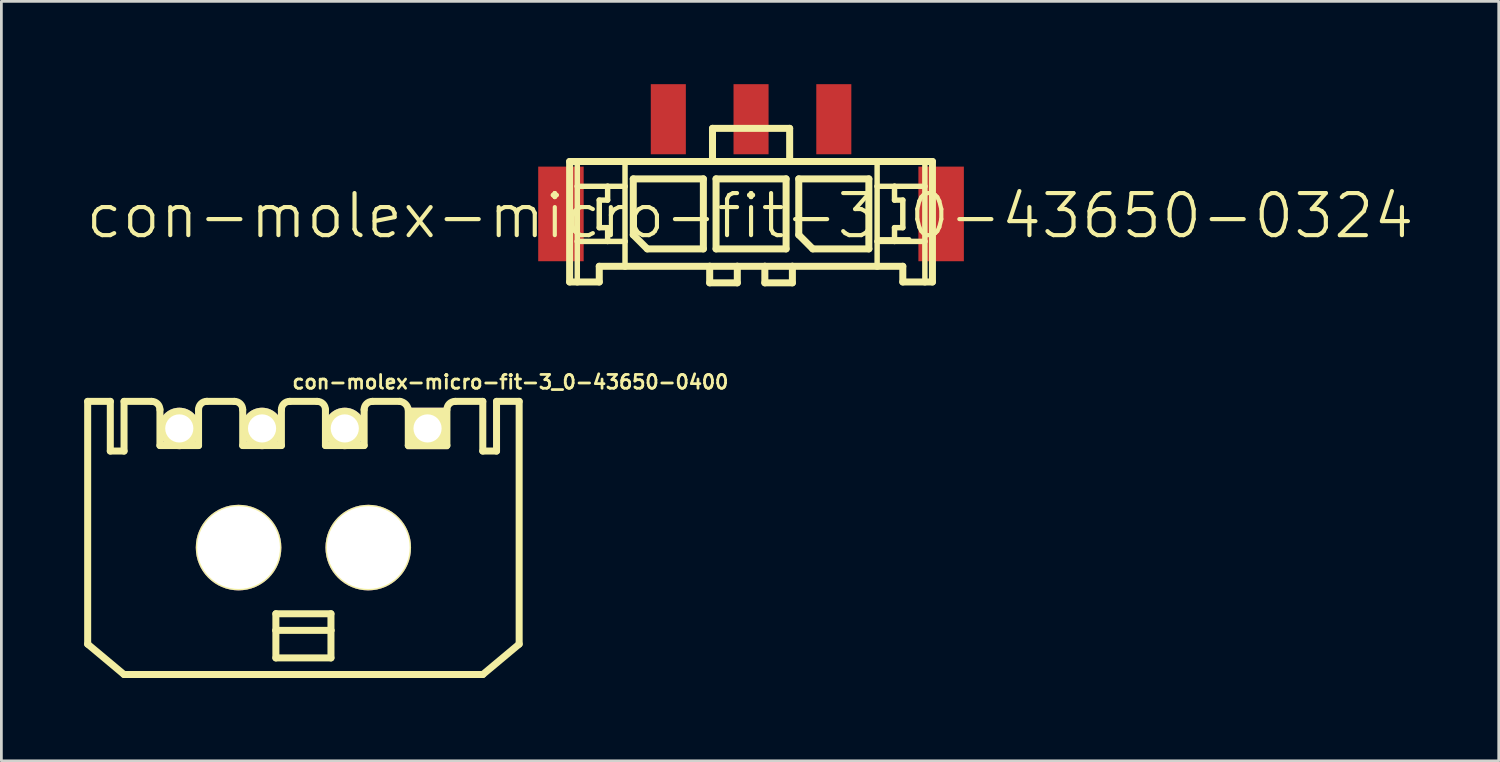
<source format=kicad_pcb>
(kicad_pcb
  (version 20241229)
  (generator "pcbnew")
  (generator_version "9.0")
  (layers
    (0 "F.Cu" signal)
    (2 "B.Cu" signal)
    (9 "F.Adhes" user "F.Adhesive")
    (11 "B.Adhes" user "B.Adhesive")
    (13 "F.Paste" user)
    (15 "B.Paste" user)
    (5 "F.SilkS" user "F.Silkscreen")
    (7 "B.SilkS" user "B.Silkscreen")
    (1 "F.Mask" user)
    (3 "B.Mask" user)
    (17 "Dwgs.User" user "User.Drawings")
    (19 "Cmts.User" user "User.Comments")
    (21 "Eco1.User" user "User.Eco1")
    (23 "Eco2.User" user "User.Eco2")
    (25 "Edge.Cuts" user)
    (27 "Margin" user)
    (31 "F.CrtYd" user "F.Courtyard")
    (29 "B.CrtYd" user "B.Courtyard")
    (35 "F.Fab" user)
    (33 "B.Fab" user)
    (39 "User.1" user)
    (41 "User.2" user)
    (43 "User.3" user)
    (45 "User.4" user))
  (footprint "con-molex-micro-fit-3_0-43650-0400"
    (layer "F.Cu")
    (at 7.945 16.793)
    (property "Reference" "con-molex-micro-fit-3_0-43650-0400" (at 7.5 -6 0) (layer "F.SilkS") (effects (font (size 0.5 0.5) (thickness 0.1))))
    (attr exclude_from_pos_files exclude_from_bom)
    (fp_line (start -7.818 -5.298) (end -6.998 -5.298) (stroke (width 0.254) (type solid)) (layer "F.SilkS"))
    (fp_line (start -7.818 3.498) (end -7.818 -5.298) (stroke (width 0.254) (type solid)) (layer "F.SilkS"))
    (fp_line (start -7.818 3.498) (end -6.5 4.6) (stroke (width 0.254) (type solid)) (layer "F.SilkS"))
    (fp_line (start -6.998 -5.298) (end -6.998 -3.498) (stroke (width 0.254) (type solid)) (layer "F.SilkS"))
    (fp_line (start -6.998 -3.498) (end -6.5 -3.498) (stroke (width 0.254) (type solid)) (layer "F.SilkS"))
    (fp_line (start -6.5 -5.298) (end -5.499 -5.298) (stroke (width 0.254) (type solid)) (layer "F.SilkS"))
    (fp_line (start -6.5 -3.498) (end -6.5 -5.298) (stroke (width 0.254) (type solid)) (layer "F.SilkS"))
    (fp_line (start -5.199 -3.698) (end -5.199 -4.999) (stroke (width 0.254) (type solid)) (layer "F.SilkS"))
    (fp_line (start -5.199 -3.698) (end -3.8 -3.698) (stroke (width 0.254) (type solid)) (layer "F.SilkS"))
    (fp_line (start -3.8 -3.698) (end -3.8 -4.999) (stroke (width 0.254) (type solid)) (layer "F.SilkS"))
    (fp_line (start -3.498 -5.298) (end -2.499 -5.298) (stroke (width 0.254) (type solid)) (layer "F.SilkS"))
    (fp_line (start -2.2 -3.698) (end -2.2 -4.999) (stroke (width 0.254) (type solid)) (layer "F.SilkS"))
    (fp_line (start -2.2 -3.698) (end -0.798 -3.698) (stroke (width 0.254) (type solid)) (layer "F.SilkS"))
    (fp_line (start -0.998 2.398) (end 0.998 2.398) (stroke (width 0.254) (type solid)) (layer "F.SilkS"))
    (fp_line (start -0.998 3) (end -0.998 2.398) (stroke (width 0.254) (type solid)) (layer "F.SilkS"))
    (fp_line (start -0.998 3) (end 0.998 3) (stroke (width 0.254) (type solid)) (layer "F.SilkS"))
    (fp_line (start -0.998 3.998) (end -0.998 3) (stroke (width 0.254) (type solid)) (layer "F.SilkS"))
    (fp_line (start -0.798 -3.698) (end -0.798 -4.999) (stroke (width 0.254) (type solid)) (layer "F.SilkS"))
    (fp_line (start -0.498 -5.298) (end 0.498 -5.298) (stroke (width 0.254) (type solid)) (layer "F.SilkS"))
    (fp_line (start 0.798 -3.698) (end 0.798 -4.999) (stroke (width 0.254) (type solid)) (layer "F.SilkS"))
    (fp_line (start 0.798 -3.698) (end 2.2 -3.698) (stroke (width 0.254) (type solid)) (layer "F.SilkS"))
    (fp_line (start 0.998 2.398) (end 0.998 3) (stroke (width 0.254) (type solid)) (layer "F.SilkS"))
    (fp_line (start 0.998 3) (end 0.998 3.998) (stroke (width 0.254) (type solid)) (layer "F.SilkS"))
    (fp_line (start 0.998 3.998) (end -0.998 3.998) (stroke (width 0.254) (type solid)) (layer "F.SilkS"))
    (fp_line (start 2.2 -3.698) (end 2.2 -4.999) (stroke (width 0.254) (type solid)) (layer "F.SilkS"))
    (fp_line (start 2.499 -5.298) (end 3.498 -5.298) (stroke (width 0.254) (type solid)) (layer "F.SilkS"))
    (fp_line (start 3.8 -4.999) (end 3.8 -3.698) (stroke (width 0.254) (type solid)) (layer "F.SilkS"))
    (fp_line (start 3.8 -3.698) (end 5.199 -3.698) (stroke (width 0.254) (type solid)) (layer "F.SilkS"))
    (fp_line (start 5.199 -3.698) (end 5.199 -4.999) (stroke (width 0.254) (type solid)) (layer "F.SilkS"))
    (fp_line (start 5.499 -5.298) (end 6.5 -5.298) (stroke (width 0.254) (type solid)) (layer "F.SilkS"))
    (fp_line (start 6.5 -3.498) (end 6.5 -5.298) (stroke (width 0.254) (type solid)) (layer "F.SilkS"))
    (fp_line (start 6.5 4.6) (end -6.5 4.6) (stroke (width 0.254) (type solid)) (layer "F.SilkS"))
    (fp_line (start 6.998 -5.298) (end 6.998 -3.498) (stroke (width 0.254) (type solid)) (layer "F.SilkS"))
    (fp_line (start 6.998 -5.298) (end 7.818 -5.298) (stroke (width 0.254) (type solid)) (layer "F.SilkS"))
    (fp_line (start 6.998 -3.498) (end 6.5 -3.498) (stroke (width 0.254) (type solid)) (layer "F.SilkS"))
    (fp_line (start 7.818 -5.298) (end 7.818 3.498) (stroke (width 0.254) (type solid)) (layer "F.SilkS"))
    (fp_line (start 7.818 3.498) (end 6.5 4.6) (stroke (width 0.254) (type solid)) (layer "F.SilkS"))
    (fp_arc (start -5.4991 -5.29844) (mid -5.287166 -5.210654) (end -5.19938 -4.99872) (stroke (width 0.254) (type solid)) (layer "F.SilkS"))
    (fp_arc (start -3.79984 -4.99872) (mid -3.71131 -5.21245) (end -3.49758 -5.30098) (stroke (width 0.254) (type solid)) (layer "F.SilkS"))
    (fp_arc (start -2.49936 -5.29844) (mid -2.287426 -5.210654) (end -2.19964 -4.99872) (stroke (width 0.254) (type solid)) (layer "F.SilkS"))
    (fp_arc (start -0.79756 -4.99872) (mid -0.709774 -5.210654) (end -0.49784 -5.29844) (stroke (width 0.254) (type solid)) (layer "F.SilkS"))
    (fp_arc (start 0.49784 -5.29844) (mid 0.709774 -5.210654) (end 0.79756 -4.99872) (stroke (width 0.254) (type solid)) (layer "F.SilkS"))
    (fp_arc (start 2.19964 -4.99872) (mid 2.287426 -5.210654) (end 2.49936 -5.29844) (stroke (width 0.254) (type solid)) (layer "F.SilkS"))
    (fp_arc (start 3.49758 -5.29844) (mid 3.698153 -5.199466) (end 3.799296 -4.999979) (stroke (width 0.254) (type solid)) (layer "F.SilkS"))
    (fp_arc (start 5.19938 -4.99872) (mid 5.287166 -5.210654) (end 5.4991 -5.29844) (stroke (width 0.254) (type solid)) (layer "F.SilkS"))
    (pad "1" thru_hole rect (at 4.498 -4.318) (size 1.5 1.5) (drill 1.02) (layers "*.Cu" "*.Mask" "F.SilkS" "F.Paste"))
    (pad "2" thru_hole circle (at 1.499 -4.318) (size 1.5 1.5) (drill 1.02) (layers "*.Cu" "*.Mask" "F.SilkS" "F.Paste"))
    (pad "3" thru_hole circle (at -1.499 -4.318) (size 1.5 1.5) (drill 1.02) (layers "*.Cu" "*.Mask" "F.SilkS" "F.Paste"))
    (pad "4" thru_hole circle (at -4.498 -4.318) (size 1.5 1.5) (drill 1.02) (layers "*.Cu" "*.Mask" "F.SilkS" "F.Paste"))
    (pad "5" thru_hole circle (at -2.35 0) (size 3.1 3.1) (drill 3) (layers "*.Cu" "*.Mask" "F.SilkS" "F.Paste"))
    (pad "5" thru_hole circle (at 2.35 0) (size 3.1 3.1) (drill 3) (layers "*.Cu" "*.Mask" "F.SilkS" "F.Paste")))
  (footprint "con-molex-micro-fit-3_0-43650-0324"
    (layer "F.Cu")
    (at 24.13 4.773)
    (property "Reference" "con-molex-micro-fit-3_0-43650-0324" (at 0 0 0) (layer "F.SilkS") (effects (font (size 1.524 1.524) (thickness 0.15))))
    (attr smd)
    (fp_line (start -6.538 -1.971) (end -6.261 -1.971) (stroke (width 0.254) (type solid)) (layer "F.SilkS"))
    (fp_line (start -6.538 2.395) (end -6.538 -1.971) (stroke (width 0.254) (type solid)) (layer "F.SilkS"))
    (fp_line (start -6.261 -1.971) (end -4.531 -1.971) (stroke (width 0.254) (type solid)) (layer "F.SilkS"))
    (fp_line (start -6.261 -1.072) (end -6.261 -1.971) (stroke (width 0.198) (type solid)) (layer "F.SilkS"))
    (fp_line (start -6.261 0.925) (end -6.261 -1.072) (stroke (width 0.198) (type solid)) (layer "F.SilkS"))
    (fp_line (start -6.261 2.395) (end -6.538 2.395) (stroke (width 0.254) (type solid)) (layer "F.SilkS"))
    (fp_line (start -6.261 2.395) (end -6.261 0.925) (stroke (width 0.198) (type solid)) (layer "F.SilkS"))
    (fp_line (start -5.464 -0.572) (end -5.464 0.427) (stroke (width 0.198) (type solid)) (layer "F.SilkS"))
    (fp_line (start -5.464 0.427) (end -5.161 0.427) (stroke (width 0.198) (type solid)) (layer "F.SilkS"))
    (fp_line (start -5.464 1.826) (end -5.464 2.395) (stroke (width 0.254) (type solid)) (layer "F.SilkS"))
    (fp_line (start -5.464 2.395) (end -6.261 2.395) (stroke (width 0.254) (type solid)) (layer "F.SilkS"))
    (fp_line (start -5.161 -1.072) (end -6.261 -1.072) (stroke (width 0.198) (type solid)) (layer "F.SilkS"))
    (fp_line (start -5.161 -1.072) (end -5.161 -0.572) (stroke (width 0.198) (type solid)) (layer "F.SilkS"))
    (fp_line (start -5.161 -0.572) (end -5.464 -0.572) (stroke (width 0.198) (type solid)) (layer "F.SilkS"))
    (fp_line (start -5.161 0.427) (end -5.161 0.925) (stroke (width 0.198) (type solid)) (layer "F.SilkS"))
    (fp_line (start -5.161 0.925) (end -6.261 0.925) (stroke (width 0.198) (type solid)) (layer "F.SilkS"))
    (fp_line (start -4.531 -1.971) (end -1.361 -1.971) (stroke (width 0.254) (type solid)) (layer "F.SilkS"))
    (fp_line (start -4.531 -1.072) (end -5.161 -1.072) (stroke (width 0.198) (type solid)) (layer "F.SilkS"))
    (fp_line (start -4.531 -1.072) (end -4.531 -1.971) (stroke (width 0.198) (type solid)) (layer "F.SilkS"))
    (fp_line (start -4.531 0.925) (end -5.161 0.925) (stroke (width 0.198) (type solid)) (layer "F.SilkS"))
    (fp_line (start -4.531 0.925) (end -4.531 -1.072) (stroke (width 0.198) (type solid)) (layer "F.SilkS"))
    (fp_line (start -4.531 1.826) (end -5.464 1.826) (stroke (width 0.254) (type solid)) (layer "F.SilkS"))
    (fp_line (start -4.531 1.826) (end -4.531 0.925) (stroke (width 0.198) (type solid)) (layer "F.SilkS"))
    (fp_line (start -4.232 -1.341) (end -1.692 -1.341) (stroke (width 0.254) (type solid)) (layer "F.SilkS"))
    (fp_line (start -4.232 0.688) (end -4.232 -1.341) (stroke (width 0.254) (type solid)) (layer "F.SilkS"))
    (fp_line (start -3.724 1.196) (end -4.232 0.688) (stroke (width 0.254) (type solid)) (layer "F.SilkS"))
    (fp_line (start -1.692 -1.341) (end -1.692 1.196) (stroke (width 0.254) (type solid)) (layer "F.SilkS"))
    (fp_line (start -1.692 1.196) (end -3.724 1.196) (stroke (width 0.254) (type solid)) (layer "F.SilkS"))
    (fp_line (start -1.463 1.826) (end -4.531 1.826) (stroke (width 0.254) (type solid)) (layer "F.SilkS"))
    (fp_line (start -1.463 1.826) (end -1.463 2.426) (stroke (width 0.254) (type solid)) (layer "F.SilkS"))
    (fp_line (start -1.463 2.426) (end -0.462 2.426) (stroke (width 0.254) (type solid)) (layer "F.SilkS"))
    (fp_line (start -1.361 -3.172) (end -1.361 -1.971) (stroke (width 0.254) (type solid)) (layer "F.SilkS"))
    (fp_line (start -1.361 -3.172) (end 1.435 -3.172) (stroke (width 0.254) (type solid)) (layer "F.SilkS"))
    (fp_line (start -1.361 -1.971) (end 1.435 -1.971) (stroke (width 0.254) (type solid)) (layer "F.SilkS"))
    (fp_line (start -1.232 -1.341) (end 1.306 -1.341) (stroke (width 0.254) (type solid)) (layer "F.SilkS"))
    (fp_line (start -1.232 1.196) (end -1.232 -1.341) (stroke (width 0.254) (type solid)) (layer "F.SilkS"))
    (fp_line (start -0.462 1.826) (end -1.463 1.826) (stroke (width 0.254) (type solid)) (layer "F.SilkS"))
    (fp_line (start -0.462 2.426) (end -0.462 1.826) (stroke (width 0.254) (type solid)) (layer "F.SilkS"))
    (fp_line (start 0.536 1.826) (end -0.462 1.826) (stroke (width 0.254) (type solid)) (layer "F.SilkS"))
    (fp_line (start 0.536 1.826) (end 0.536 2.426) (stroke (width 0.254) (type solid)) (layer "F.SilkS"))
    (fp_line (start 0.536 2.426) (end 1.534 2.426) (stroke (width 0.254) (type solid)) (layer "F.SilkS"))
    (fp_line (start 1.306 -1.341) (end 1.306 1.196) (stroke (width 0.254) (type solid)) (layer "F.SilkS"))
    (fp_line (start 1.306 1.196) (end -1.232 1.196) (stroke (width 0.254) (type solid)) (layer "F.SilkS"))
    (fp_line (start 1.435 -3.172) (end 1.435 -1.971) (stroke (width 0.254) (type solid)) (layer "F.SilkS"))
    (fp_line (start 1.435 -1.971) (end 4.605 -1.971) (stroke (width 0.254) (type solid)) (layer "F.SilkS"))
    (fp_line (start 1.534 1.826) (end 0.536 1.826) (stroke (width 0.254) (type solid)) (layer "F.SilkS"))
    (fp_line (start 1.534 2.426) (end 1.534 1.826) (stroke (width 0.254) (type solid)) (layer "F.SilkS"))
    (fp_line (start 1.765 -1.341) (end 4.305 -1.341) (stroke (width 0.254) (type solid)) (layer "F.SilkS"))
    (fp_line (start 1.765 0.688) (end 1.765 -1.341) (stroke (width 0.254) (type solid)) (layer "F.SilkS"))
    (fp_line (start 2.273 1.196) (end 1.765 0.688) (stroke (width 0.254) (type solid)) (layer "F.SilkS"))
    (fp_line (start 4.305 -1.341) (end 4.305 1.196) (stroke (width 0.254) (type solid)) (layer "F.SilkS"))
    (fp_line (start 4.305 1.196) (end 2.273 1.196) (stroke (width 0.254) (type solid)) (layer "F.SilkS"))
    (fp_line (start 4.605 -1.971) (end 4.605 -1.072) (stroke (width 0.198) (type solid)) (layer "F.SilkS"))
    (fp_line (start 4.605 -1.971) (end 6.335 -1.971) (stroke (width 0.254) (type solid)) (layer "F.SilkS"))
    (fp_line (start 4.605 -1.072) (end 4.605 0.925) (stroke (width 0.198) (type solid)) (layer "F.SilkS"))
    (fp_line (start 4.605 -1.072) (end 5.235 -1.072) (stroke (width 0.198) (type solid)) (layer "F.SilkS"))
    (fp_line (start 4.605 0.925) (end 4.605 1.826) (stroke (width 0.198) (type solid)) (layer "F.SilkS"))
    (fp_line (start 4.605 0.925) (end 5.235 0.925) (stroke (width 0.198) (type solid)) (layer "F.SilkS"))
    (fp_line (start 4.605 1.826) (end 1.534 1.826) (stroke (width 0.254) (type solid)) (layer "F.SilkS"))
    (fp_line (start 5.235 -1.072) (end 5.235 -0.572) (stroke (width 0.198) (type solid)) (layer "F.SilkS"))
    (fp_line (start 5.235 -1.072) (end 6.335 -1.072) (stroke (width 0.198) (type solid)) (layer "F.SilkS"))
    (fp_line (start 5.235 -0.572) (end 5.535 -0.572) (stroke (width 0.198) (type solid)) (layer "F.SilkS"))
    (fp_line (start 5.235 0.427) (end 5.235 0.925) (stroke (width 0.198) (type solid)) (layer "F.SilkS"))
    (fp_line (start 5.235 0.925) (end 6.335 0.925) (stroke (width 0.198) (type solid)) (layer "F.SilkS"))
    (fp_line (start 5.535 -0.572) (end 5.535 0.427) (stroke (width 0.198) (type solid)) (layer "F.SilkS"))
    (fp_line (start 5.535 0.427) (end 5.235 0.427) (stroke (width 0.198) (type solid)) (layer "F.SilkS"))
    (fp_line (start 5.535 1.826) (end 4.605 1.826) (stroke (width 0.254) (type solid)) (layer "F.SilkS"))
    (fp_line (start 5.535 2.395) (end 5.535 1.826) (stroke (width 0.254) (type solid)) (layer "F.SilkS"))
    (fp_line (start 5.535 2.395) (end 6.335 2.395) (stroke (width 0.254) (type solid)) (layer "F.SilkS"))
    (fp_line (start 6.335 -1.971) (end 6.609 -1.971) (stroke (width 0.254) (type solid)) (layer "F.SilkS"))
    (fp_line (start 6.335 -1.072) (end 6.335 -1.971) (stroke (width 0.198) (type solid)) (layer "F.SilkS"))
    (fp_line (start 6.335 0.925) (end 6.335 -1.072) (stroke (width 0.198) (type solid)) (layer "F.SilkS"))
    (fp_line (start 6.335 2.395) (end 6.335 0.925) (stroke (width 0.198) (type solid)) (layer "F.SilkS"))
    (fp_line (start 6.335 2.395) (end 6.609 2.395) (stroke (width 0.254) (type solid)) (layer "F.SilkS"))
    (fp_line (start 6.609 -1.971) (end 6.609 2.395) (stroke (width 0.254) (type solid)) (layer "F.SilkS"))
    (pad "P$1" smd rect (at 3.035 -3.503) (size 1.27 2.54) (layers "F.Cu" "F.Mask" "F.Paste"))
    (pad "P$2" smd rect (at 0.036 -3.503) (size 1.27 2.54) (layers "F.Cu" "F.Mask" "F.Paste"))
    (pad "P$3" smd rect (at -2.962 -3.503) (size 1.27 2.54) (layers "F.Cu" "F.Mask" "F.Paste"))
    (pad "TAB1" smd rect (at 6.924 -0.071) (size 1.648 3.429) (layers "F.Cu" "F.Mask" "F.Paste"))
    (pad "TAB2" smd rect (at -6.853 -0.071) (size 1.648 3.429) (layers "F.Cu" "F.Mask" "F.Paste")))
  (gr_rect
    (start -3 -3)
    (end 51.26 24.52)
    (stroke (width 0.1) (type default))
    (fill no)
    (layer "Edge.Cuts")))
</source>
